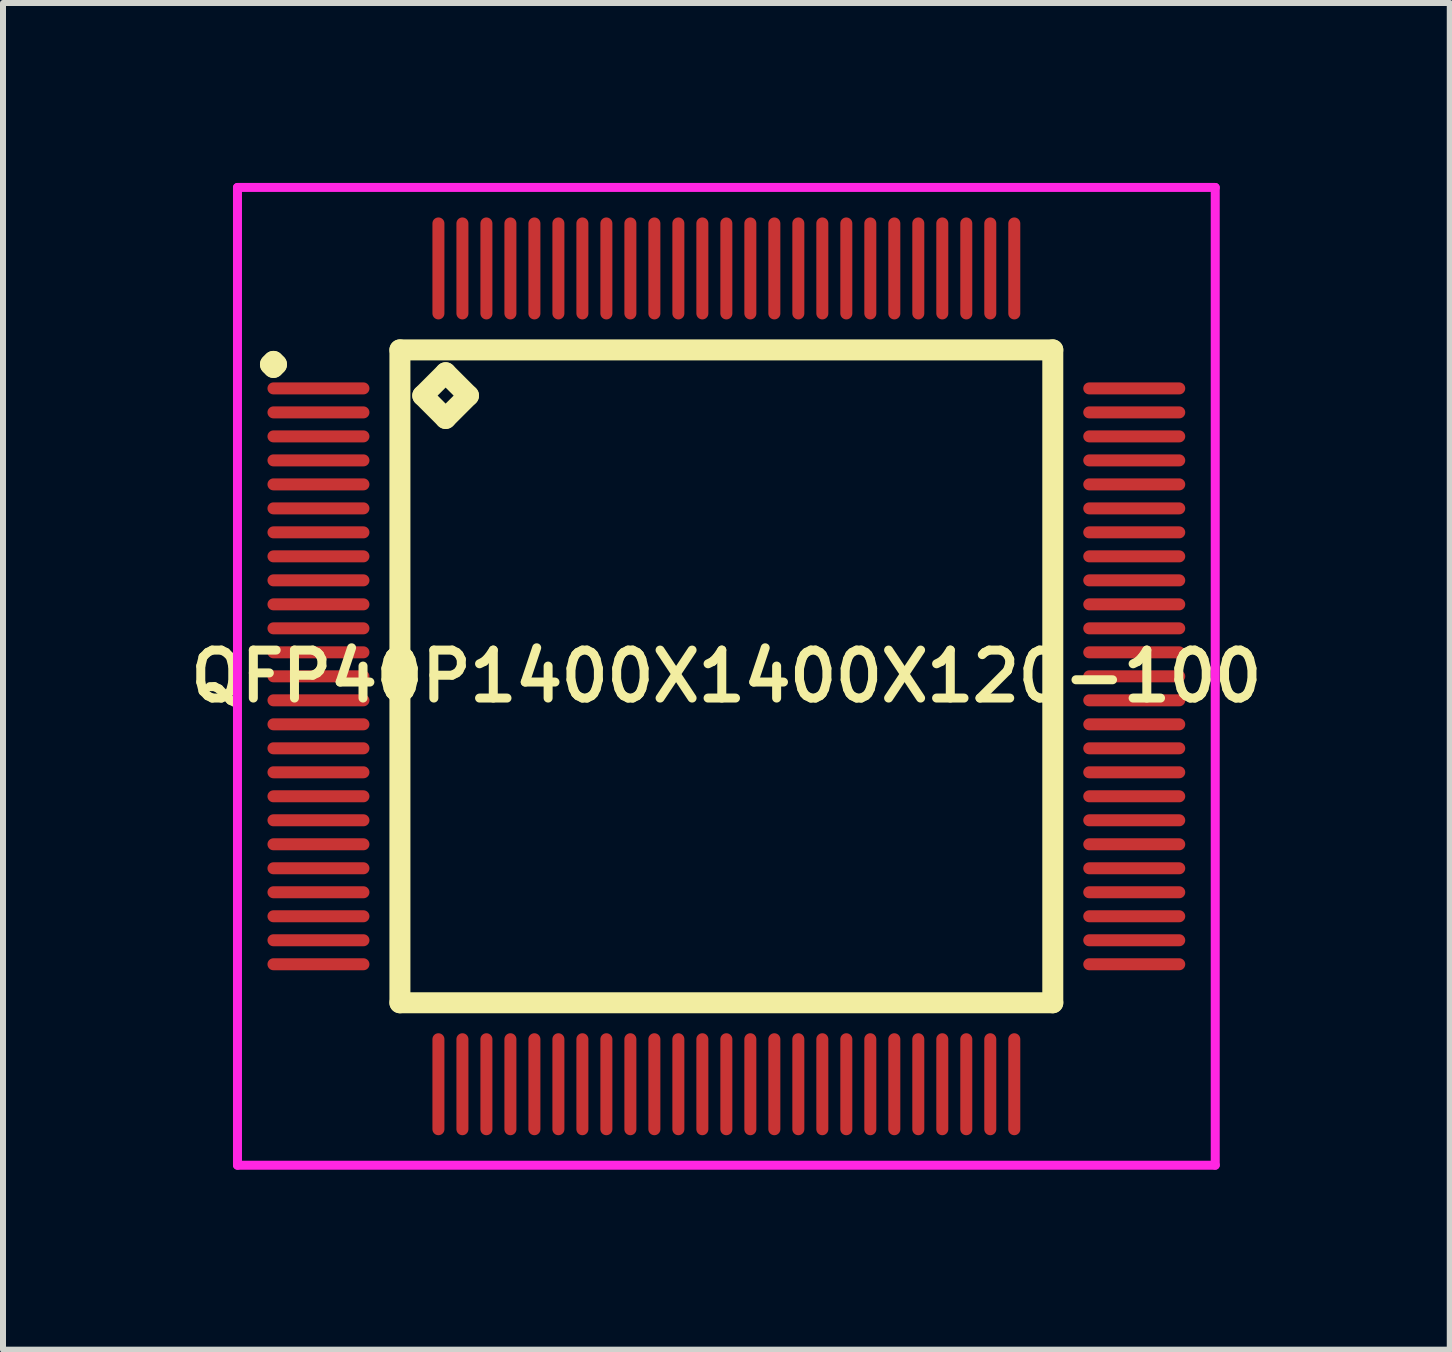
<source format=kicad_pcb>
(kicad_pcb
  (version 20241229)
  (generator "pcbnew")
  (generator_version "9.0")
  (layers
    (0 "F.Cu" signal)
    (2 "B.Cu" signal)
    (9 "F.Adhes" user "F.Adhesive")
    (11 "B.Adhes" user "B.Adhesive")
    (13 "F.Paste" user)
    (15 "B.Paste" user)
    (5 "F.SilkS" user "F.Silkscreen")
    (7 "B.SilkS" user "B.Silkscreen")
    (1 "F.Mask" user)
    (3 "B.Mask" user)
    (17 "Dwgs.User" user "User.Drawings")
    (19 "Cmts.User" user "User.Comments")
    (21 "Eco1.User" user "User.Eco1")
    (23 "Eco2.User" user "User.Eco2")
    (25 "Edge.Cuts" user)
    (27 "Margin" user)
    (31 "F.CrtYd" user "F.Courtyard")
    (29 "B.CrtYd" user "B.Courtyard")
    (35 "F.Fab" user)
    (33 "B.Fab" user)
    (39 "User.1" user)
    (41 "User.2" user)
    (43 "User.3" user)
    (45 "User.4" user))
  (footprint "QFP40P1400X1400X120-100"
    (layer "F.Cu")
    (at 9.059 8.225)
    (property "Reference" "QFP40P1400X1400X120-100" (at 0 0 0) (layer "F.SilkS") (effects (font (size 0.8 0.8) (thickness 0.15))))
    (attr smd)
    (fp_line (start -7.6 -5.2) (end -7.55 -5.25) (stroke (width 0.35) (type solid)) (layer "F.SilkS"))
    (fp_line (start -7.55 -5.25) (end -7.5 -5.2) (stroke (width 0.35) (type solid)) (layer "F.SilkS"))
    (fp_line (start -7.55 -5.15) (end -7.6 -5.2) (stroke (width 0.35) (type solid)) (layer "F.SilkS"))
    (fp_line (start -7.5 -5.2) (end -7.55 -5.15) (stroke (width 0.35) (type solid)) (layer "F.SilkS"))
    (fp_line (start -5.442 -5.442) (end -5.442 5.442) (stroke (width 0.35) (type solid)) (layer "F.SilkS"))
    (fp_line (start -5.442 5.442) (end 5.442 5.442) (stroke (width 0.35) (type solid)) (layer "F.SilkS"))
    (fp_line (start -5.061 -4.68) (end -4.68 -5.061) (stroke (width 0.35) (type solid)) (layer "F.SilkS"))
    (fp_line (start -4.68 -5.061) (end -4.299 -4.68) (stroke (width 0.35) (type solid)) (layer "F.SilkS"))
    (fp_line (start -4.68 -4.299) (end -5.061 -4.68) (stroke (width 0.35) (type solid)) (layer "F.SilkS"))
    (fp_line (start -4.299 -4.68) (end -4.68 -4.299) (stroke (width 0.35) (type solid)) (layer "F.SilkS"))
    (fp_line (start 5.442 -5.442) (end -5.442 -5.442) (stroke (width 0.35) (type solid)) (layer "F.SilkS"))
    (fp_line (start 5.442 5.442) (end 5.442 -5.442) (stroke (width 0.35) (type solid)) (layer "F.SilkS"))
    (fp_line (start -8.15 -8.15) (end 8.15 -8.15) (stroke (width 0.15) (type solid)) (layer "F.CrtYd"))
    (fp_line (start -8.15 8.15) (end -8.15 -8.15) (stroke (width 0.15) (type solid)) (layer "F.CrtYd"))
    (fp_line (start 8.15 -8.15) (end 8.15 8.15) (stroke (width 0.15) (type solid)) (layer "F.CrtYd"))
    (fp_line (start 8.15 8.15) (end -8.15 8.15) (stroke (width 0.15) (type solid)) (layer "F.CrtYd"))
    (pad "1" smd oval (at -6.8 -4.8) (size 1.7 0.2) (layers "F.Cu" "F.Mask" "F.Paste"))
    (pad "2" smd oval (at -6.8 -4.4) (size 1.7 0.2) (layers "F.Cu" "F.Mask" "F.Paste"))
    (pad "3" smd oval (at -6.8 -4) (size 1.7 0.2) (layers "F.Cu" "F.Mask" "F.Paste"))
    (pad "4" smd oval (at -6.8 -3.6) (size 1.7 0.2) (layers "F.Cu" "F.Mask" "F.Paste"))
    (pad "5" smd oval (at -6.8 -3.2) (size 1.7 0.2) (layers "F.Cu" "F.Mask" "F.Paste"))
    (pad "6" smd oval (at -6.8 -2.8) (size 1.7 0.2) (layers "F.Cu" "F.Mask" "F.Paste"))
    (pad "7" smd oval (at -6.8 -2.4) (size 1.7 0.2) (layers "F.Cu" "F.Mask" "F.Paste"))
    (pad "8" smd oval (at -6.8 -2) (size 1.7 0.2) (layers "F.Cu" "F.Mask" "F.Paste"))
    (pad "9" smd oval (at -6.8 -1.6) (size 1.7 0.2) (layers "F.Cu" "F.Mask" "F.Paste"))
    (pad "10" smd oval (at -6.8 -1.2) (size 1.7 0.2) (layers "F.Cu" "F.Mask" "F.Paste"))
    (pad "11" smd oval (at -6.8 -0.8) (size 1.7 0.2) (layers "F.Cu" "F.Mask" "F.Paste"))
    (pad "12" smd oval (at -6.8 -0.4) (size 1.7 0.2) (layers "F.Cu" "F.Mask" "F.Paste"))
    (pad "13" smd oval (at -6.8 0) (size 1.7 0.2) (layers "F.Cu" "F.Mask" "F.Paste"))
    (pad "14" smd oval (at -6.8 0.4) (size 1.7 0.2) (layers "F.Cu" "F.Mask" "F.Paste"))
    (pad "15" smd oval (at -6.8 0.8) (size 1.7 0.2) (layers "F.Cu" "F.Mask" "F.Paste"))
    (pad "16" smd oval (at -6.8 1.2) (size 1.7 0.2) (layers "F.Cu" "F.Mask" "F.Paste"))
    (pad "17" smd oval (at -6.8 1.6) (size 1.7 0.2) (layers "F.Cu" "F.Mask" "F.Paste"))
    (pad "18" smd oval (at -6.8 2) (size 1.7 0.2) (layers "F.Cu" "F.Mask" "F.Paste"))
    (pad "19" smd oval (at -6.8 2.4) (size 1.7 0.2) (layers "F.Cu" "F.Mask" "F.Paste"))
    (pad "20" smd oval (at -6.8 2.8) (size 1.7 0.2) (layers "F.Cu" "F.Mask" "F.Paste"))
    (pad "21" smd oval (at -6.8 3.2) (size 1.7 0.2) (layers "F.Cu" "F.Mask" "F.Paste"))
    (pad "22" smd oval (at -6.8 3.6) (size 1.7 0.2) (layers "F.Cu" "F.Mask" "F.Paste"))
    (pad "23" smd oval (at -6.8 4) (size 1.7 0.2) (layers "F.Cu" "F.Mask" "F.Paste"))
    (pad "24" smd oval (at -6.8 4.4) (size 1.7 0.2) (layers "F.Cu" "F.Mask" "F.Paste"))
    (pad "25" smd oval (at -6.8 4.8) (size 1.7 0.2) (layers "F.Cu" "F.Mask" "F.Paste"))
    (pad "26" smd oval (at -4.8 6.8) (size 0.2 1.7) (layers "F.Cu" "F.Mask" "F.Paste"))
    (pad "27" smd oval (at -4.4 6.8) (size 0.2 1.7) (layers "F.Cu" "F.Mask" "F.Paste"))
    (pad "28" smd oval (at -4 6.8) (size 0.2 1.7) (layers "F.Cu" "F.Mask" "F.Paste"))
    (pad "29" smd oval (at -3.6 6.8) (size 0.2 1.7) (layers "F.Cu" "F.Mask" "F.Paste"))
    (pad "30" smd oval (at -3.2 6.8) (size 0.2 1.7) (layers "F.Cu" "F.Mask" "F.Paste"))
    (pad "31" smd oval (at -2.8 6.8) (size 0.2 1.7) (layers "F.Cu" "F.Mask" "F.Paste"))
    (pad "32" smd oval (at -2.4 6.8) (size 0.2 1.7) (layers "F.Cu" "F.Mask" "F.Paste"))
    (pad "33" smd oval (at -2 6.8) (size 0.2 1.7) (layers "F.Cu" "F.Mask" "F.Paste"))
    (pad "34" smd oval (at -1.6 6.8) (size 0.2 1.7) (layers "F.Cu" "F.Mask" "F.Paste"))
    (pad "35" smd oval (at -1.2 6.8) (size 0.2 1.7) (layers "F.Cu" "F.Mask" "F.Paste"))
    (pad "36" smd oval (at -0.8 6.8) (size 0.2 1.7) (layers "F.Cu" "F.Mask" "F.Paste"))
    (pad "37" smd oval (at -0.4 6.8) (size 0.2 1.7) (layers "F.Cu" "F.Mask" "F.Paste"))
    (pad "38" smd oval (at 0 6.8) (size 0.2 1.7) (layers "F.Cu" "F.Mask" "F.Paste"))
    (pad "39" smd oval (at 0.4 6.8) (size 0.2 1.7) (layers "F.Cu" "F.Mask" "F.Paste"))
    (pad "40" smd oval (at 0.8 6.8) (size 0.2 1.7) (layers "F.Cu" "F.Mask" "F.Paste"))
    (pad "41" smd oval (at 1.2 6.8) (size 0.2 1.7) (layers "F.Cu" "F.Mask" "F.Paste"))
    (pad "42" smd oval (at 1.6 6.8) (size 0.2 1.7) (layers "F.Cu" "F.Mask" "F.Paste"))
    (pad "43" smd oval (at 2 6.8) (size 0.2 1.7) (layers "F.Cu" "F.Mask" "F.Paste"))
    (pad "44" smd oval (at 2.4 6.8) (size 0.2 1.7) (layers "F.Cu" "F.Mask" "F.Paste"))
    (pad "45" smd oval (at 2.8 6.8) (size 0.2 1.7) (layers "F.Cu" "F.Mask" "F.Paste"))
    (pad "46" smd oval (at 3.2 6.8) (size 0.2 1.7) (layers "F.Cu" "F.Mask" "F.Paste"))
    (pad "47" smd oval (at 3.6 6.8) (size 0.2 1.7) (layers "F.Cu" "F.Mask" "F.Paste"))
    (pad "48" smd oval (at 4 6.8) (size 0.2 1.7) (layers "F.Cu" "F.Mask" "F.Paste"))
    (pad "49" smd oval (at 4.4 6.8) (size 0.2 1.7) (layers "F.Cu" "F.Mask" "F.Paste"))
    (pad "50" smd oval (at 4.8 6.8) (size 0.2 1.7) (layers "F.Cu" "F.Mask" "F.Paste"))
    (pad "51" smd oval (at 6.8 4.8) (size 1.7 0.2) (layers "F.Cu" "F.Mask" "F.Paste"))
    (pad "52" smd oval (at 6.8 4.4) (size 1.7 0.2) (layers "F.Cu" "F.Mask" "F.Paste"))
    (pad "53" smd oval (at 6.8 4) (size 1.7 0.2) (layers "F.Cu" "F.Mask" "F.Paste"))
    (pad "54" smd oval (at 6.8 3.6) (size 1.7 0.2) (layers "F.Cu" "F.Mask" "F.Paste"))
    (pad "55" smd oval (at 6.8 3.2) (size 1.7 0.2) (layers "F.Cu" "F.Mask" "F.Paste"))
    (pad "56" smd oval (at 6.8 2.8) (size 1.7 0.2) (layers "F.Cu" "F.Mask" "F.Paste"))
    (pad "57" smd oval (at 6.8 2.4) (size 1.7 0.2) (layers "F.Cu" "F.Mask" "F.Paste"))
    (pad "58" smd oval (at 6.8 2) (size 1.7 0.2) (layers "F.Cu" "F.Mask" "F.Paste"))
    (pad "59" smd oval (at 6.8 1.6) (size 1.7 0.2) (layers "F.Cu" "F.Mask" "F.Paste"))
    (pad "60" smd oval (at 6.8 1.2) (size 1.7 0.2) (layers "F.Cu" "F.Mask" "F.Paste"))
    (pad "61" smd oval (at 6.8 0.8) (size 1.7 0.2) (layers "F.Cu" "F.Mask" "F.Paste"))
    (pad "62" smd oval (at 6.8 0.4) (size 1.7 0.2) (layers "F.Cu" "F.Mask" "F.Paste"))
    (pad "63" smd oval (at 6.8 0) (size 1.7 0.2) (layers "F.Cu" "F.Mask" "F.Paste"))
    (pad "64" smd oval (at 6.8 -0.4) (size 1.7 0.2) (layers "F.Cu" "F.Mask" "F.Paste"))
    (pad "65" smd oval (at 6.8 -0.8) (size 1.7 0.2) (layers "F.Cu" "F.Mask" "F.Paste"))
    (pad "66" smd oval (at 6.8 -1.2) (size 1.7 0.2) (layers "F.Cu" "F.Mask" "F.Paste"))
    (pad "67" smd oval (at 6.8 -1.6) (size 1.7 0.2) (layers "F.Cu" "F.Mask" "F.Paste"))
    (pad "68" smd oval (at 6.8 -2) (size 1.7 0.2) (layers "F.Cu" "F.Mask" "F.Paste"))
    (pad "69" smd oval (at 6.8 -2.4) (size 1.7 0.2) (layers "F.Cu" "F.Mask" "F.Paste"))
    (pad "70" smd oval (at 6.8 -2.8) (size 1.7 0.2) (layers "F.Cu" "F.Mask" "F.Paste"))
    (pad "71" smd oval (at 6.8 -3.2) (size 1.7 0.2) (layers "F.Cu" "F.Mask" "F.Paste"))
    (pad "72" smd oval (at 6.8 -3.6) (size 1.7 0.2) (layers "F.Cu" "F.Mask" "F.Paste"))
    (pad "73" smd oval (at 6.8 -4) (size 1.7 0.2) (layers "F.Cu" "F.Mask" "F.Paste"))
    (pad "74" smd oval (at 6.8 -4.4) (size 1.7 0.2) (layers "F.Cu" "F.Mask" "F.Paste"))
    (pad "75" smd oval (at 6.8 -4.8) (size 1.7 0.2) (layers "F.Cu" "F.Mask" "F.Paste"))
    (pad "76" smd oval (at 4.8 -6.8) (size 0.2 1.7) (layers "F.Cu" "F.Mask" "F.Paste"))
    (pad "77" smd oval (at 4.4 -6.8) (size 0.2 1.7) (layers "F.Cu" "F.Mask" "F.Paste"))
    (pad "78" smd oval (at 4 -6.8) (size 0.2 1.7) (layers "F.Cu" "F.Mask" "F.Paste"))
    (pad "79" smd oval (at 3.6 -6.8) (size 0.2 1.7) (layers "F.Cu" "F.Mask" "F.Paste"))
    (pad "80" smd oval (at 3.2 -6.8) (size 0.2 1.7) (layers "F.Cu" "F.Mask" "F.Paste"))
    (pad "81" smd oval (at 2.8 -6.8) (size 0.2 1.7) (layers "F.Cu" "F.Mask" "F.Paste"))
    (pad "82" smd oval (at 2.4 -6.8) (size 0.2 1.7) (layers "F.Cu" "F.Mask" "F.Paste"))
    (pad "83" smd oval (at 2 -6.8) (size 0.2 1.7) (layers "F.Cu" "F.Mask" "F.Paste"))
    (pad "84" smd oval (at 1.6 -6.8) (size 0.2 1.7) (layers "F.Cu" "F.Mask" "F.Paste"))
    (pad "85" smd oval (at 1.2 -6.8) (size 0.2 1.7) (layers "F.Cu" "F.Mask" "F.Paste"))
    (pad "86" smd oval (at 0.8 -6.8) (size 0.2 1.7) (layers "F.Cu" "F.Mask" "F.Paste"))
    (pad "87" smd oval (at 0.4 -6.8) (size 0.2 1.7) (layers "F.Cu" "F.Mask" "F.Paste"))
    (pad "88" smd oval (at 0 -6.8) (size 0.2 1.7) (layers "F.Cu" "F.Mask" "F.Paste"))
    (pad "89" smd oval (at -0.4 -6.8) (size 0.2 1.7) (layers "F.Cu" "F.Mask" "F.Paste"))
    (pad "90" smd oval (at -0.8 -6.8) (size 0.2 1.7) (layers "F.Cu" "F.Mask" "F.Paste"))
    (pad "91" smd oval (at -1.2 -6.8) (size 0.2 1.7) (layers "F.Cu" "F.Mask" "F.Paste"))
    (pad "92" smd oval (at -1.6 -6.8) (size 0.2 1.7) (layers "F.Cu" "F.Mask" "F.Paste"))
    (pad "93" smd oval (at -2 -6.8) (size 0.2 1.7) (layers "F.Cu" "F.Mask" "F.Paste"))
    (pad "94" smd oval (at -2.4 -6.8) (size 0.2 1.7) (layers "F.Cu" "F.Mask" "F.Paste"))
    (pad "95" smd oval (at -2.8 -6.8) (size 0.2 1.7) (layers "F.Cu" "F.Mask" "F.Paste"))
    (pad "96" smd oval (at -3.2 -6.8) (size 0.2 1.7) (layers "F.Cu" "F.Mask" "F.Paste"))
    (pad "97" smd oval (at -3.6 -6.8) (size 0.2 1.7) (layers "F.Cu" "F.Mask" "F.Paste"))
    (pad "98" smd oval (at -4 -6.8) (size 0.2 1.7) (layers "F.Cu" "F.Mask" "F.Paste"))
    (pad "99" smd oval (at -4.4 -6.8) (size 0.2 1.7) (layers "F.Cu" "F.Mask" "F.Paste"))
    (pad "100" smd oval (at -4.8 -6.8) (size 0.2 1.7) (layers "F.Cu" "F.Mask" "F.Paste")))
  (gr_rect
    (start -3 -3)
    (end 21.119 19.45)
    (stroke (width 0.1) (type default))
    (fill no)
    (layer "Edge.Cuts")))
</source>
